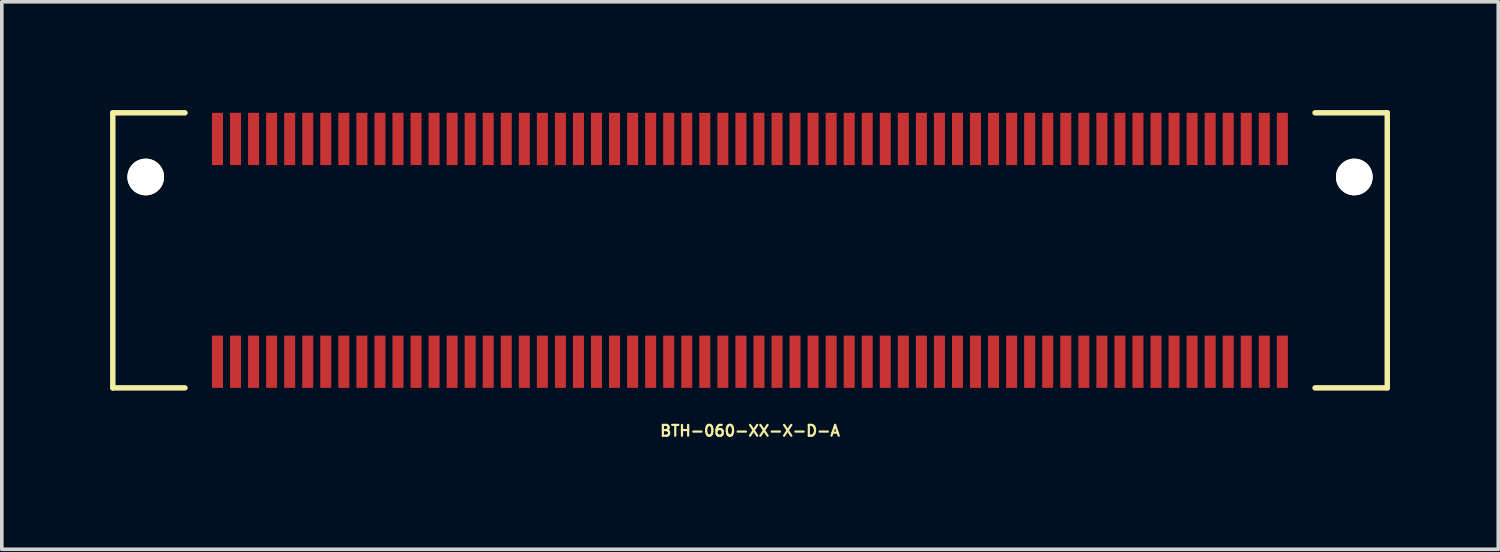
<source format=kicad_pcb>
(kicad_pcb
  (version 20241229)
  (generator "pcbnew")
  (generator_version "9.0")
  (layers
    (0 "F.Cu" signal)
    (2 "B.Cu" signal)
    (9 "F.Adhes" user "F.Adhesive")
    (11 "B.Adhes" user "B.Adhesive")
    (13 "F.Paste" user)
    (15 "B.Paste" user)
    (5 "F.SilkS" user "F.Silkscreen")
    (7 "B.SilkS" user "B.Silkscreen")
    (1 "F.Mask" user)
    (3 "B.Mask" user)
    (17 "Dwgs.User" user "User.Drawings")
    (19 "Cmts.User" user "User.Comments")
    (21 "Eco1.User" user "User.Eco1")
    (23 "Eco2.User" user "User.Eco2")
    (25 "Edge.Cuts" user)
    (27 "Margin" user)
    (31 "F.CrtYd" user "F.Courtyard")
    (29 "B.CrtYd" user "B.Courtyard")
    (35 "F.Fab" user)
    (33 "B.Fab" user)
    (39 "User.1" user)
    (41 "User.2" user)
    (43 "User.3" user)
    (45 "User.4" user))
  (footprint "BTH-060-XX-X-D-A"
    (layer "F.Cu")
    (at 17.728 3.885)
    (property "Reference" "BTH-060-XX-X-D-A" (at 0 5 0) (layer "F.SilkS") (effects (font (size 0.3 0.3) (thickness 0.061))))
    (attr smd)
    (fp_line (start -17.653 -3.81) (end -17.653 3.81) (stroke (width 0.15) (type solid)) (layer "F.SilkS"))
    (fp_line (start -17.653 3.81) (end -15.653 3.81) (stroke (width 0.15) (type solid)) (layer "F.SilkS"))
    (fp_line (start -15.653 -3.81) (end -17.653 -3.81) (stroke (width 0.15) (type solid)) (layer "F.SilkS"))
    (fp_line (start 15.653 -3.81) (end 17.653 -3.81) (stroke (width 0.15) (type solid)) (layer "F.SilkS"))
    (fp_line (start 17.653 -3.81) (end 17.653 3.81) (stroke (width 0.15) (type solid)) (layer "F.SilkS"))
    (fp_line (start 17.653 3.81) (end 15.653 3.81) (stroke (width 0.15) (type solid)) (layer "F.SilkS"))
    (pad "" np_thru_hole circle (at -16.741 -2.032) (size 1.016 1.016) (drill 1.016) (layers "*.Cu" "*.Mask" "F.SilkS"))
    (pad "" np_thru_hole circle (at 16.74 -2.032) (size 1.016 1.016) (drill 1.016) (layers "*.Cu" "*.Mask" "F.SilkS"))
    (pad "1" smd rect (at -14.753 -3.086) (size 0.305 1.448) (layers "F.Cu" "F.Mask" "F.Paste"))
    (pad "2" smd rect (at -14.753 3.086) (size 0.305 1.448) (layers "F.Cu" "F.Mask" "F.Paste"))
    (pad "3" smd rect (at -14.253 -3.086) (size 0.305 1.448) (layers "F.Cu" "F.Mask" "F.Paste"))
    (pad "4" smd rect (at -14.253 3.086) (size 0.305 1.448) (layers "F.Cu" "F.Mask" "F.Paste"))
    (pad "5" smd rect (at -13.753 -3.086) (size 0.305 1.448) (layers "F.Cu" "F.Mask" "F.Paste"))
    (pad "6" smd rect (at -13.753 3.086) (size 0.305 1.448) (layers "F.Cu" "F.Mask" "F.Paste"))
    (pad "7" smd rect (at -13.253 -3.086) (size 0.305 1.448) (layers "F.Cu" "F.Mask" "F.Paste"))
    (pad "8" smd rect (at -13.253 3.086) (size 0.305 1.448) (layers "F.Cu" "F.Mask" "F.Paste"))
    (pad "9" smd rect (at -12.753 -3.086) (size 0.305 1.448) (layers "F.Cu" "F.Mask" "F.Paste"))
    (pad "10" smd rect (at -12.753 3.086) (size 0.305 1.448) (layers "F.Cu" "F.Mask" "F.Paste"))
    (pad "11" smd rect (at -12.253 -3.086) (size 0.305 1.448) (layers "F.Cu" "F.Mask" "F.Paste"))
    (pad "12" smd rect (at -12.253 3.086) (size 0.305 1.448) (layers "F.Cu" "F.Mask" "F.Paste"))
    (pad "13" smd rect (at -11.753 -3.086) (size 0.305 1.448) (layers "F.Cu" "F.Mask" "F.Paste"))
    (pad "14" smd rect (at -11.753 3.086) (size 0.305 1.448) (layers "F.Cu" "F.Mask" "F.Paste"))
    (pad "15" smd rect (at -11.253 -3.086) (size 0.305 1.448) (layers "F.Cu" "F.Mask" "F.Paste"))
    (pad "16" smd rect (at -11.253 3.086) (size 0.305 1.448) (layers "F.Cu" "F.Mask" "F.Paste"))
    (pad "17" smd rect (at -10.753 -3.086) (size 0.305 1.448) (layers "F.Cu" "F.Mask" "F.Paste"))
    (pad "18" smd rect (at -10.753 3.086) (size 0.305 1.448) (layers "F.Cu" "F.Mask" "F.Paste"))
    (pad "19" smd rect (at -10.253 -3.086) (size 0.305 1.448) (layers "F.Cu" "F.Mask" "F.Paste"))
    (pad "20" smd rect (at -10.253 3.086) (size 0.305 1.448) (layers "F.Cu" "F.Mask" "F.Paste"))
    (pad "21" smd rect (at -9.753 -3.086) (size 0.305 1.448) (layers "F.Cu" "F.Mask" "F.Paste"))
    (pad "22" smd rect (at -9.753 3.086) (size 0.305 1.448) (layers "F.Cu" "F.Mask" "F.Paste"))
    (pad "23" smd rect (at -9.253 -3.086) (size 0.305 1.448) (layers "F.Cu" "F.Mask" "F.Paste"))
    (pad "24" smd rect (at -9.253 3.086) (size 0.305 1.448) (layers "F.Cu" "F.Mask" "F.Paste"))
    (pad "25" smd rect (at -8.753 -3.086) (size 0.305 1.448) (layers "F.Cu" "F.Mask" "F.Paste"))
    (pad "26" smd rect (at -8.753 3.086) (size 0.305 1.448) (layers "F.Cu" "F.Mask" "F.Paste"))
    (pad "27" smd rect (at -8.253 -3.086) (size 0.305 1.448) (layers "F.Cu" "F.Mask" "F.Paste"))
    (pad "28" smd rect (at -8.253 3.086) (size 0.305 1.448) (layers "F.Cu" "F.Mask" "F.Paste"))
    (pad "29" smd rect (at -7.753 -3.086) (size 0.305 1.448) (layers "F.Cu" "F.Mask" "F.Paste"))
    (pad "30" smd rect (at -7.753 3.086) (size 0.305 1.448) (layers "F.Cu" "F.Mask" "F.Paste"))
    (pad "31" smd rect (at -7.253 -3.086) (size 0.305 1.448) (layers "F.Cu" "F.Mask" "F.Paste"))
    (pad "32" smd rect (at -7.253 3.086) (size 0.305 1.448) (layers "F.Cu" "F.Mask" "F.Paste"))
    (pad "33" smd rect (at -6.753 -3.086) (size 0.305 1.448) (layers "F.Cu" "F.Mask" "F.Paste"))
    (pad "34" smd rect (at -6.753 3.086) (size 0.305 1.448) (layers "F.Cu" "F.Mask" "F.Paste"))
    (pad "35" smd rect (at -6.253 -3.086) (size 0.305 1.448) (layers "F.Cu" "F.Mask" "F.Paste"))
    (pad "36" smd rect (at -6.253 3.086) (size 0.305 1.448) (layers "F.Cu" "F.Mask" "F.Paste"))
    (pad "37" smd rect (at -5.753 -3.086) (size 0.305 1.448) (layers "F.Cu" "F.Mask" "F.Paste"))
    (pad "38" smd rect (at -5.753 3.086) (size 0.305 1.448) (layers "F.Cu" "F.Mask" "F.Paste"))
    (pad "39" smd rect (at -5.253 -3.086) (size 0.305 1.448) (layers "F.Cu" "F.Mask" "F.Paste"))
    (pad "40" smd rect (at -5.253 3.086) (size 0.305 1.448) (layers "F.Cu" "F.Mask" "F.Paste"))
    (pad "41" smd rect (at -4.753 -3.086) (size 0.305 1.448) (layers "F.Cu" "F.Mask" "F.Paste"))
    (pad "42" smd rect (at -4.753 3.086) (size 0.305 1.448) (layers "F.Cu" "F.Mask" "F.Paste"))
    (pad "43" smd rect (at -4.253 -3.086) (size 0.305 1.448) (layers "F.Cu" "F.Mask" "F.Paste"))
    (pad "44" smd rect (at -4.253 3.086) (size 0.305 1.448) (layers "F.Cu" "F.Mask" "F.Paste"))
    (pad "45" smd rect (at -3.753 -3.086) (size 0.305 1.448) (layers "F.Cu" "F.Mask" "F.Paste"))
    (pad "46" smd rect (at -3.753 3.086) (size 0.305 1.448) (layers "F.Cu" "F.Mask" "F.Paste"))
    (pad "47" smd rect (at -3.253 -3.086) (size 0.305 1.448) (layers "F.Cu" "F.Mask" "F.Paste"))
    (pad "48" smd rect (at -3.253 3.086) (size 0.305 1.448) (layers "F.Cu" "F.Mask" "F.Paste"))
    (pad "49" smd rect (at -2.753 -3.086) (size 0.305 1.448) (layers "F.Cu" "F.Mask" "F.Paste"))
    (pad "50" smd rect (at -2.753 3.086) (size 0.305 1.448) (layers "F.Cu" "F.Mask" "F.Paste"))
    (pad "51" smd rect (at -2.253 -3.086) (size 0.305 1.448) (layers "F.Cu" "F.Mask" "F.Paste"))
    (pad "52" smd rect (at -2.253 3.086) (size 0.305 1.448) (layers "F.Cu" "F.Mask" "F.Paste"))
    (pad "53" smd rect (at -1.753 -3.086) (size 0.305 1.448) (layers "F.Cu" "F.Mask" "F.Paste"))
    (pad "54" smd rect (at -1.753 3.086) (size 0.305 1.448) (layers "F.Cu" "F.Mask" "F.Paste"))
    (pad "55" smd rect (at -1.253 -3.086) (size 0.305 1.448) (layers "F.Cu" "F.Mask" "F.Paste"))
    (pad "56" smd rect (at -1.253 3.086) (size 0.305 1.448) (layers "F.Cu" "F.Mask" "F.Paste"))
    (pad "57" smd rect (at -0.753 -3.086) (size 0.305 1.448) (layers "F.Cu" "F.Mask" "F.Paste"))
    (pad "58" smd rect (at -0.753 3.086) (size 0.305 1.448) (layers "F.Cu" "F.Mask" "F.Paste"))
    (pad "59" smd rect (at -0.253 -3.086) (size 0.305 1.448) (layers "F.Cu" "F.Mask" "F.Paste"))
    (pad "60" smd rect (at -0.253 3.086) (size 0.305 1.448) (layers "F.Cu" "F.Mask" "F.Paste"))
    (pad "61" smd rect (at 0.247 -3.086) (size 0.305 1.448) (layers "F.Cu" "F.Mask" "F.Paste"))
    (pad "62" smd rect (at 0.247 3.086) (size 0.305 1.448) (layers "F.Cu" "F.Mask" "F.Paste"))
    (pad "63" smd rect (at 0.747 -3.086) (size 0.305 1.448) (layers "F.Cu" "F.Mask" "F.Paste"))
    (pad "64" smd rect (at 0.747 3.086) (size 0.305 1.448) (layers "F.Cu" "F.Mask" "F.Paste"))
    (pad "65" smd rect (at 1.247 -3.086) (size 0.305 1.448) (layers "F.Cu" "F.Mask" "F.Paste"))
    (pad "66" smd rect (at 1.247 3.086) (size 0.305 1.448) (layers "F.Cu" "F.Mask" "F.Paste"))
    (pad "67" smd rect (at 1.747 -3.086) (size 0.305 1.448) (layers "F.Cu" "F.Mask" "F.Paste"))
    (pad "68" smd rect (at 1.747 3.086) (size 0.305 1.448) (layers "F.Cu" "F.Mask" "F.Paste"))
    (pad "69" smd rect (at 2.247 -3.086) (size 0.305 1.448) (layers "F.Cu" "F.Mask" "F.Paste"))
    (pad "70" smd rect (at 2.247 3.086) (size 0.305 1.448) (layers "F.Cu" "F.Mask" "F.Paste"))
    (pad "71" smd rect (at 2.747 -3.086) (size 0.305 1.448) (layers "F.Cu" "F.Mask" "F.Paste"))
    (pad "72" smd rect (at 2.747 3.086) (size 0.305 1.448) (layers "F.Cu" "F.Mask" "F.Paste"))
    (pad "73" smd rect (at 3.247 -3.086) (size 0.305 1.448) (layers "F.Cu" "F.Mask" "F.Paste"))
    (pad "74" smd rect (at 3.247 3.086) (size 0.305 1.448) (layers "F.Cu" "F.Mask" "F.Paste"))
    (pad "75" smd rect (at 3.747 -3.086) (size 0.305 1.448) (layers "F.Cu" "F.Mask" "F.Paste"))
    (pad "76" smd rect (at 3.747 3.086) (size 0.305 1.448) (layers "F.Cu" "F.Mask" "F.Paste"))
    (pad "77" smd rect (at 4.247 -3.086) (size 0.305 1.448) (layers "F.Cu" "F.Mask" "F.Paste"))
    (pad "78" smd rect (at 4.247 3.086) (size 0.305 1.448) (layers "F.Cu" "F.Mask" "F.Paste"))
    (pad "79" smd rect (at 4.747 -3.086) (size 0.305 1.448) (layers "F.Cu" "F.Mask" "F.Paste"))
    (pad "80" smd rect (at 4.747 3.086) (size 0.305 1.448) (layers "F.Cu" "F.Mask" "F.Paste"))
    (pad "81" smd rect (at 5.247 -3.086) (size 0.305 1.448) (layers "F.Cu" "F.Mask" "F.Paste"))
    (pad "82" smd rect (at 5.247 3.086) (size 0.305 1.448) (layers "F.Cu" "F.Mask" "F.Paste"))
    (pad "83" smd rect (at 5.747 -3.086) (size 0.305 1.448) (layers "F.Cu" "F.Mask" "F.Paste"))
    (pad "84" smd rect (at 5.747 3.086) (size 0.305 1.448) (layers "F.Cu" "F.Mask" "F.Paste"))
    (pad "85" smd rect (at 6.247 -3.086) (size 0.305 1.448) (layers "F.Cu" "F.Mask" "F.Paste"))
    (pad "86" smd rect (at 6.247 3.086) (size 0.305 1.448) (layers "F.Cu" "F.Mask" "F.Paste"))
    (pad "87" smd rect (at 6.747 -3.086) (size 0.305 1.448) (layers "F.Cu" "F.Mask" "F.Paste"))
    (pad "88" smd rect (at 6.747 3.086) (size 0.305 1.448) (layers "F.Cu" "F.Mask" "F.Paste"))
    (pad "89" smd rect (at 7.247 -3.086) (size 0.305 1.448) (layers "F.Cu" "F.Mask" "F.Paste"))
    (pad "90" smd rect (at 7.247 3.086) (size 0.305 1.448) (layers "F.Cu" "F.Mask" "F.Paste"))
    (pad "91" smd rect (at 7.747 -3.086) (size 0.305 1.448) (layers "F.Cu" "F.Mask" "F.Paste"))
    (pad "92" smd rect (at 7.747 3.086) (size 0.305 1.448) (layers "F.Cu" "F.Mask" "F.Paste"))
    (pad "93" smd rect (at 8.247 -3.086) (size 0.305 1.448) (layers "F.Cu" "F.Mask" "F.Paste"))
    (pad "94" smd rect (at 8.247 3.086) (size 0.305 1.448) (layers "F.Cu" "F.Mask" "F.Paste"))
    (pad "95" smd rect (at 8.747 -3.086) (size 0.305 1.448) (layers "F.Cu" "F.Mask" "F.Paste"))
    (pad "96" smd rect (at 8.747 3.086) (size 0.305 1.448) (layers "F.Cu" "F.Mask" "F.Paste"))
    (pad "97" smd rect (at 9.247 -3.086) (size 0.305 1.448) (layers "F.Cu" "F.Mask" "F.Paste"))
    (pad "98" smd rect (at 9.247 3.086) (size 0.305 1.448) (layers "F.Cu" "F.Mask" "F.Paste"))
    (pad "99" smd rect (at 9.747 -3.086) (size 0.305 1.448) (layers "F.Cu" "F.Mask" "F.Paste"))
    (pad "100" smd rect (at 9.747 3.086) (size 0.305 1.448) (layers "F.Cu" "F.Mask" "F.Paste"))
    (pad "101" smd rect (at 10.247 -3.086) (size 0.305 1.448) (layers "F.Cu" "F.Mask" "F.Paste"))
    (pad "102" smd rect (at 10.247 3.086) (size 0.305 1.448) (layers "F.Cu" "F.Mask" "F.Paste"))
    (pad "103" smd rect (at 10.747 -3.086) (size 0.305 1.448) (layers "F.Cu" "F.Mask" "F.Paste"))
    (pad "104" smd rect (at 10.747 3.086) (size 0.305 1.448) (layers "F.Cu" "F.Mask" "F.Paste"))
    (pad "105" smd rect (at 11.247 -3.086) (size 0.305 1.448) (layers "F.Cu" "F.Mask" "F.Paste"))
    (pad "106" smd rect (at 11.247 3.086) (size 0.305 1.448) (layers "F.Cu" "F.Mask" "F.Paste"))
    (pad "107" smd rect (at 11.747 -3.086) (size 0.305 1.448) (layers "F.Cu" "F.Mask" "F.Paste"))
    (pad "108" smd rect (at 11.747 3.086) (size 0.305 1.448) (layers "F.Cu" "F.Mask" "F.Paste"))
    (pad "109" smd rect (at 12.247 -3.086) (size 0.305 1.448) (layers "F.Cu" "F.Mask" "F.Paste"))
    (pad "110" smd rect (at 12.247 3.086) (size 0.305 1.448) (layers "F.Cu" "F.Mask" "F.Paste"))
    (pad "111" smd rect (at 12.747 -3.086) (size 0.305 1.448) (layers "F.Cu" "F.Mask" "F.Paste"))
    (pad "112" smd rect (at 12.747 3.086) (size 0.305 1.448) (layers "F.Cu" "F.Mask" "F.Paste"))
    (pad "113" smd rect (at 13.247 -3.086) (size 0.305 1.448) (layers "F.Cu" "F.Mask" "F.Paste"))
    (pad "114" smd rect (at 13.247 3.086) (size 0.305 1.448) (layers "F.Cu" "F.Mask" "F.Paste"))
    (pad "115" smd rect (at 13.747 -3.086) (size 0.305 1.448) (layers "F.Cu" "F.Mask" "F.Paste"))
    (pad "116" smd rect (at 13.747 3.086) (size 0.305 1.448) (layers "F.Cu" "F.Mask" "F.Paste"))
    (pad "117" smd rect (at 14.247 -3.086) (size 0.305 1.448) (layers "F.Cu" "F.Mask" "F.Paste"))
    (pad "118" smd rect (at 14.247 3.086) (size 0.305 1.448) (layers "F.Cu" "F.Mask" "F.Paste"))
    (pad "119" smd rect (at 14.747 -3.086) (size 0.305 1.448) (layers "F.Cu" "F.Mask" "F.Paste"))
    (pad "120" smd rect (at 14.747 3.086) (size 0.305 1.448) (layers "F.Cu" "F.Mask" "F.Paste")))
  (gr_rect
    (start -3 -3)
    (end 38.456 12.167)
    (stroke (width 0.1) (type default))
    (fill no)
    (layer "Edge.Cuts")))
</source>
